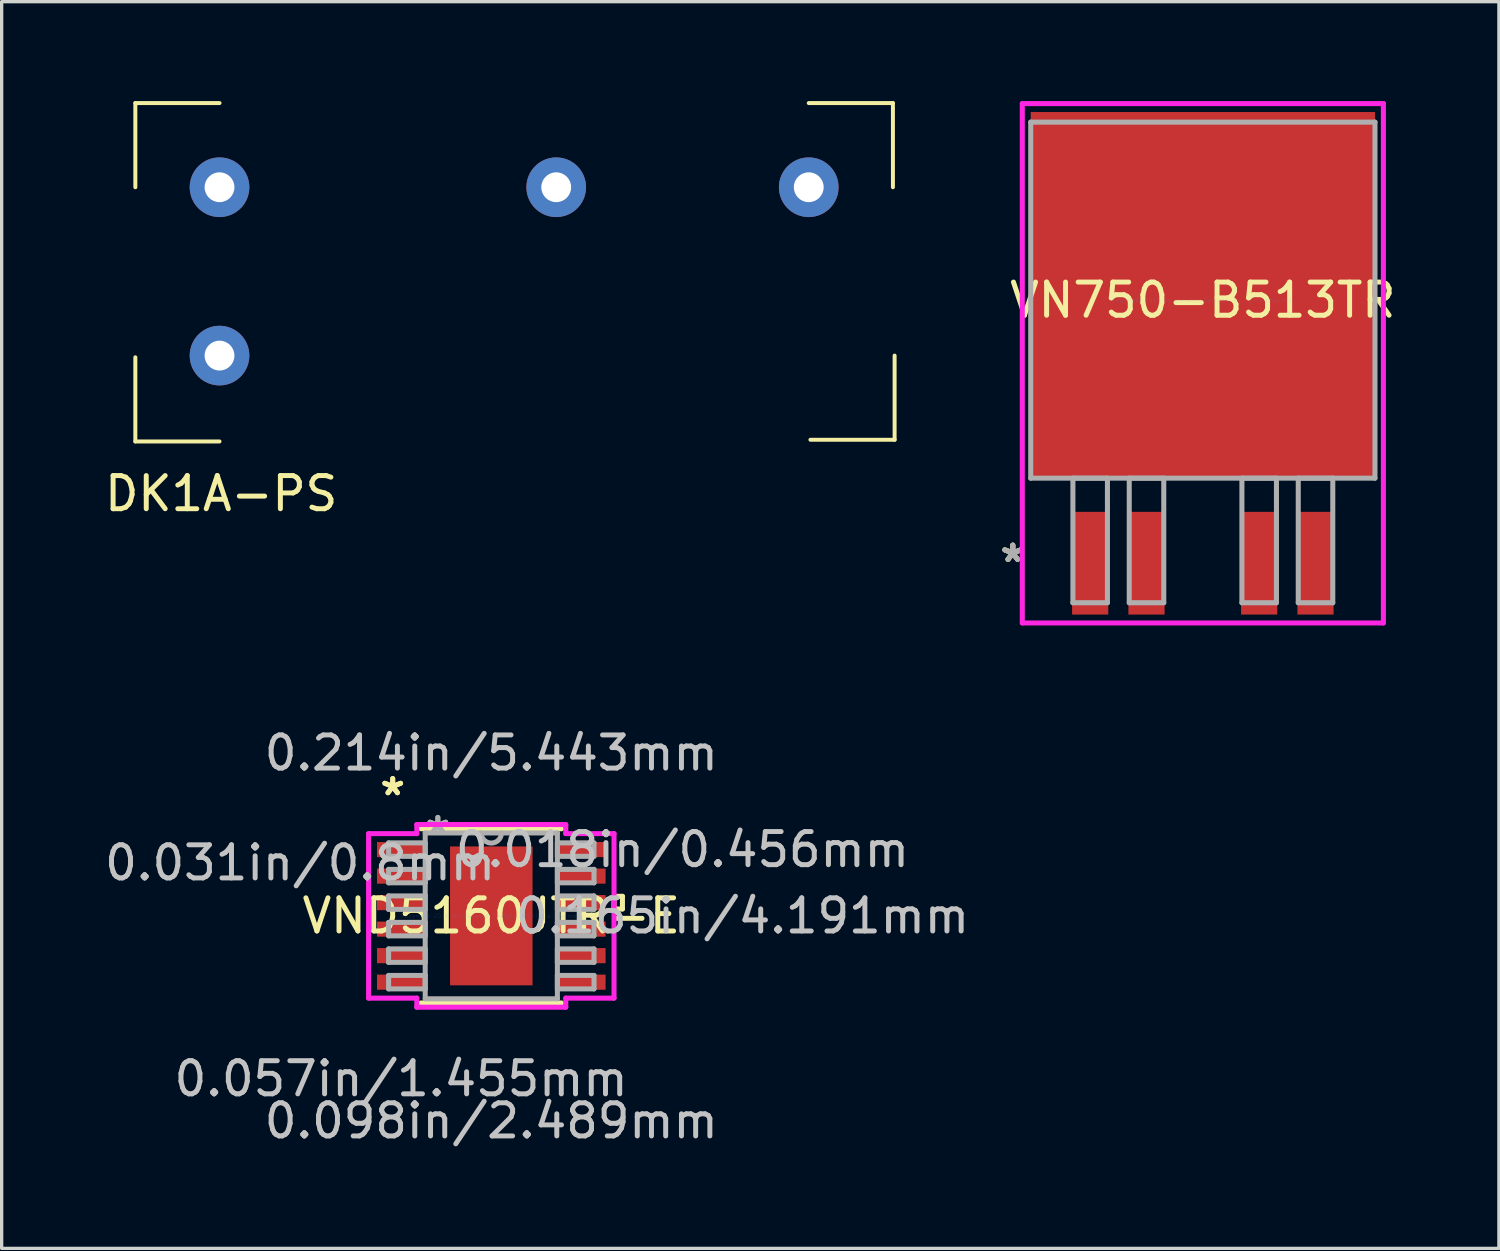
<source format=kicad_pcb>
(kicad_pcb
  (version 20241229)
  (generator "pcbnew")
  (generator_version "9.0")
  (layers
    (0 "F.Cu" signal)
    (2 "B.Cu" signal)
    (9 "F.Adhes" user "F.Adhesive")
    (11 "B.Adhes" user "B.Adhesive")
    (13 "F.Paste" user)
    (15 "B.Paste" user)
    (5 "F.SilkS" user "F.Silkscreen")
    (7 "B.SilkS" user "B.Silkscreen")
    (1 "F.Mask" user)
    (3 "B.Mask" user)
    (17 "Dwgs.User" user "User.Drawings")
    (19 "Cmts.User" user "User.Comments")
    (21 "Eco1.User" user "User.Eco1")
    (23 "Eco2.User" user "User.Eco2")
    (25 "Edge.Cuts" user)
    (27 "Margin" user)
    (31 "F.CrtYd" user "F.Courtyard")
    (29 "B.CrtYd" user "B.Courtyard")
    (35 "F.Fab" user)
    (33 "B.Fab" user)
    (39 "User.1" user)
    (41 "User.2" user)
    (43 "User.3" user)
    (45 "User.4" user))
  (footprint "VN750-B513TR"
    (layer "F.Cu")
    (at 33.246 6.007)
    (property "Reference" "VN750-B513TR" (at 0 0 0) (layer "F.SilkS") (effects (font (size 1 1) (thickness 0.15))))
    (attr through_hole)
    (fp_line (start -5.448 -5.931) (end 5.448 -5.931) (stroke (width 0.152) (type solid)) (layer "F.CrtYd"))
    (fp_line (start -5.448 9.741) (end -5.448 -5.931) (stroke (width 0.152) (type solid)) (layer "F.CrtYd"))
    (fp_line (start 5.448 -5.931) (end 5.448 9.741) (stroke (width 0.152) (type solid)) (layer "F.CrtYd"))
    (fp_line (start 5.448 9.741) (end -5.448 9.741) (stroke (width 0.152) (type solid)) (layer "F.CrtYd"))
    (fp_line (start -5.194 -5.372) (end -5.194 5.372) (stroke (width 0.152) (type solid)) (layer "F.Fab"))
    (fp_line (start -5.194 5.372) (end 5.194 5.372) (stroke (width 0.152) (type solid)) (layer "F.Fab"))
    (fp_line (start -3.921 5.372) (end -3.921 9.131) (stroke (width 0.152) (type solid)) (layer "F.Fab"))
    (fp_line (start -3.921 9.131) (end -2.879 9.131) (stroke (width 0.152) (type solid)) (layer "F.Fab"))
    (fp_line (start -2.879 5.372) (end -3.921 5.372) (stroke (width 0.152) (type solid)) (layer "F.Fab"))
    (fp_line (start -2.879 9.131) (end -2.879 5.372) (stroke (width 0.152) (type solid)) (layer "F.Fab"))
    (fp_line (start -2.221 5.372) (end -2.221 9.131) (stroke (width 0.152) (type solid)) (layer "F.Fab"))
    (fp_line (start -2.221 9.131) (end -1.179 9.131) (stroke (width 0.152) (type solid)) (layer "F.Fab"))
    (fp_line (start -1.179 5.372) (end -2.221 5.372) (stroke (width 0.152) (type solid)) (layer "F.Fab"))
    (fp_line (start -1.179 9.131) (end -1.179 5.372) (stroke (width 0.152) (type solid)) (layer "F.Fab"))
    (fp_line (start 1.179 5.372) (end 1.179 9.131) (stroke (width 0.152) (type solid)) (layer "F.Fab"))
    (fp_line (start 1.179 9.131) (end 2.221 9.131) (stroke (width 0.152) (type solid)) (layer "F.Fab"))
    (fp_line (start 2.221 5.372) (end 1.179 5.372) (stroke (width 0.152) (type solid)) (layer "F.Fab"))
    (fp_line (start 2.221 9.131) (end 2.221 5.372) (stroke (width 0.152) (type solid)) (layer "F.Fab"))
    (fp_line (start 2.879 5.372) (end 2.879 9.131) (stroke (width 0.152) (type solid)) (layer "F.Fab"))
    (fp_line (start 2.879 9.131) (end 3.921 9.131) (stroke (width 0.152) (type solid)) (layer "F.Fab"))
    (fp_line (start 3.921 5.372) (end 2.879 5.372) (stroke (width 0.152) (type solid)) (layer "F.Fab"))
    (fp_line (start 3.921 9.131) (end 3.921 5.372) (stroke (width 0.152) (type solid)) (layer "F.Fab"))
    (fp_line (start 5.194 -5.372) (end -5.194 -5.372) (stroke (width 0.152) (type solid)) (layer "F.Fab"))
    (fp_line (start 5.194 5.372) (end 5.194 -5.372) (stroke (width 0.152) (type solid)) (layer "F.Fab"))
    (fp_text user "*" (at -5.735 7.938 0) (layer "F.SilkS") (effects (font (size 1 1) (thickness 0.15))))
    (fp_text user "*" (at -5.735 7.938 0) (layer "F.SilkS") (effects (font (size 1 1) (thickness 0.15))))
    (fp_text user "Copyright 2016 Accelerated Designs. All rights reserved." (at 0 0 0) (layer "Cmts.User") (effects (font (size 0.127 0.127) (thickness 0.002))))
    (fp_text user "*" (at -5.735 7.938 0) (layer "F.Fab") (effects (font (size 1 1) (thickness 0.15))))
    (fp_text user "*" (at -5.735 7.938 0) (layer "F.Fab") (effects (font (size 1 1) (thickness 0.15))))
    (pad "1" smd rect (at -3.4 7.938) (size 1.092 3.099) (layers "F.Cu" "F.Mask" "F.Paste"))
    (pad "2" smd rect (at -1.7 7.938) (size 1.092 3.099) (layers "F.Cu" "F.Mask" "F.Paste"))
    (pad "3" smd rect (at 0 -0.152) (size 10.389 11.049) (layers "F.Cu" "F.Mask" "F.Paste"))
    (pad "4" smd rect (at 1.7 7.938) (size 1.092 3.099) (layers "F.Cu" "F.Mask" "F.Paste"))
    (pad "5" smd rect (at 3.4 7.938) (size 1.092 3.099) (layers "F.Cu" "F.Mask" "F.Paste")))
  (footprint "DK1A-PS"
    (layer "F.Cu")
    (at 3.574 2.6)
    (property "Reference" "DK1A-PS" (at 0.051 9.246 0) (layer "F.SilkS") (effects (font (size 1 1) (thickness 0.15))))
    (attr through_hole)
    (fp_line (start -2.54 -2.54) (end -2.54 0) (stroke (width 0.12) (type solid)) (layer "F.SilkS"))
    (fp_line (start -2.54 -2.54) (end 0 -2.54) (stroke (width 0.12) (type solid)) (layer "F.SilkS"))
    (fp_line (start -2.54 5.131) (end -2.54 7.671) (stroke (width 0.12) (type solid)) (layer "F.SilkS"))
    (fp_line (start -2.54 7.671) (end 0 7.671) (stroke (width 0.12) (type solid)) (layer "F.SilkS"))
    (fp_line (start 17.78 -2.54) (end 20.32 -2.54) (stroke (width 0.12) (type solid)) (layer "F.SilkS"))
    (fp_line (start 20.32 -2.54) (end 20.32 0) (stroke (width 0.12) (type solid)) (layer "F.SilkS"))
    (fp_line (start 20.371 5.08) (end 20.371 7.62) (stroke (width 0.12) (type solid)) (layer "F.SilkS"))
    (fp_line (start 20.371 7.62) (end 17.831 7.62) (stroke (width 0.12) (type solid)) (layer "F.SilkS"))
    (pad "1" thru_hole circle (at 0 0) (size 1.8 1.8) (drill 0.9) (layers "*.Cu" "*.Mask"))
    (pad "3" thru_hole circle (at 10.16 0) (size 1.8 1.8) (drill 0.9) (layers "*.Cu" "*.Mask"))
    (pad "4" thru_hole circle (at 17.78 0) (size 1.8 1.8) (drill 0.9) (layers "*.Cu" "*.Mask"))
    (pad "6" thru_hole circle (at 0 5.08) (size 1.8 1.8) (drill 0.9) (layers "*.Cu" "*.Mask")))
  (footprint "VND5160JTR-E"
    (layer "F.Cu")
    (at 11.775 24.587)
    (property "Reference" "VND5160JTR-E" (at 0 0 0) (layer "F.SilkS") (effects (font (size 1 1) (thickness 0.15))))
    (attr through_hole)
    (fp_line (start -2.121 2.629) (end 2.121 2.629) (stroke (width 0.152) (type solid)) (layer "F.SilkS"))
    (fp_line (start 2.121 -2.629) (end -2.121 -2.629) (stroke (width 0.152) (type solid)) (layer "F.SilkS"))
    (fp_line (start 3.703 -0.59) (end 3.957 -0.59) (stroke (width 0.152) (type solid)) (layer "F.SilkS"))
    (fp_line (start 3.703 -0.209) (end 3.703 -0.59) (stroke (width 0.152) (type solid)) (layer "F.SilkS"))
    (fp_line (start 3.957 -0.59) (end 3.957 -0.209) (stroke (width 0.152) (type solid)) (layer "F.SilkS"))
    (fp_line (start 3.957 -0.209) (end 3.703 -0.209) (stroke (width 0.152) (type solid)) (layer "F.SilkS"))
    (fp_line (start -1.145 -1.996) (end -1.145 -0.798) (stroke (width 0.152) (type solid)) (layer "F.Paste"))
    (fp_line (start -1.145 -0.798) (end 1.145 -0.798) (stroke (width 0.152) (type solid)) (layer "F.Paste"))
    (fp_line (start -1.145 -0.599) (end -1.145 0.599) (stroke (width 0.152) (type solid)) (layer "F.Paste"))
    (fp_line (start -1.145 0.599) (end 1.145 0.599) (stroke (width 0.152) (type solid)) (layer "F.Paste"))
    (fp_line (start -1.145 0.798) (end -1.145 1.996) (stroke (width 0.152) (type solid)) (layer "F.Paste"))
    (fp_line (start -1.145 1.996) (end 1.145 1.996) (stroke (width 0.152) (type solid)) (layer "F.Paste"))
    (fp_line (start 1.145 -1.996) (end -1.145 -1.996) (stroke (width 0.152) (type solid)) (layer "F.Paste"))
    (fp_line (start 1.145 -0.798) (end 1.145 -1.996) (stroke (width 0.152) (type solid)) (layer "F.Paste"))
    (fp_line (start 1.145 -0.599) (end -1.145 -0.599) (stroke (width 0.152) (type solid)) (layer "F.Paste"))
    (fp_line (start 1.145 0.599) (end 1.145 -0.599) (stroke (width 0.152) (type solid)) (layer "F.Paste"))
    (fp_line (start 1.145 0.798) (end -1.145 0.798) (stroke (width 0.152) (type solid)) (layer "F.Paste"))
    (fp_line (start 1.145 1.996) (end 1.145 0.798) (stroke (width 0.152) (type solid)) (layer "F.Paste"))
    (fp_line (start -3.703 -2.482) (end -2.248 -2.482) (stroke (width 0.152) (type solid)) (layer "F.CrtYd"))
    (fp_line (start -3.703 2.482) (end -3.703 -2.482) (stroke (width 0.152) (type solid)) (layer "F.CrtYd"))
    (fp_line (start -2.248 -2.756) (end 2.248 -2.756) (stroke (width 0.152) (type solid)) (layer "F.CrtYd"))
    (fp_line (start -2.248 -2.482) (end -2.248 -2.756) (stroke (width 0.152) (type solid)) (layer "F.CrtYd"))
    (fp_line (start -2.248 2.482) (end -3.703 2.482) (stroke (width 0.152) (type solid)) (layer "F.CrtYd"))
    (fp_line (start -2.248 2.756) (end -2.248 2.482) (stroke (width 0.152) (type solid)) (layer "F.CrtYd"))
    (fp_line (start 2.248 -2.756) (end 2.248 -2.482) (stroke (width 0.152) (type solid)) (layer "F.CrtYd"))
    (fp_line (start 2.248 -2.482) (end 3.703 -2.482) (stroke (width 0.152) (type solid)) (layer "F.CrtYd"))
    (fp_line (start 2.248 2.482) (end 2.248 2.756) (stroke (width 0.152) (type solid)) (layer "F.CrtYd"))
    (fp_line (start 2.248 2.756) (end -2.248 2.756) (stroke (width 0.152) (type solid)) (layer "F.CrtYd"))
    (fp_line (start 3.703 -2.482) (end 3.703 2.482) (stroke (width 0.152) (type solid)) (layer "F.CrtYd"))
    (fp_line (start 3.703 2.482) (end 2.248 2.482) (stroke (width 0.152) (type solid)) (layer "F.CrtYd"))
    (fp_line (start -3.099 -2.203) (end -3.099 -1.797) (stroke (width 0.152) (type solid)) (layer "F.Fab"))
    (fp_line (start -3.099 -1.797) (end -1.994 -1.797) (stroke (width 0.152) (type solid)) (layer "F.Fab"))
    (fp_line (start -3.099 -1.403) (end -3.099 -0.997) (stroke (width 0.152) (type solid)) (layer "F.Fab"))
    (fp_line (start -3.099 -0.997) (end -1.994 -0.997) (stroke (width 0.152) (type solid)) (layer "F.Fab"))
    (fp_line (start -3.099 -0.603) (end -3.099 -0.197) (stroke (width 0.152) (type solid)) (layer "F.Fab"))
    (fp_line (start -3.099 -0.197) (end -1.994 -0.197) (stroke (width 0.152) (type solid)) (layer "F.Fab"))
    (fp_line (start -3.099 0.197) (end -3.099 0.603) (stroke (width 0.152) (type solid)) (layer "F.Fab"))
    (fp_line (start -3.099 0.603) (end -1.994 0.603) (stroke (width 0.152) (type solid)) (layer "F.Fab"))
    (fp_line (start -3.099 0.997) (end -3.099 1.403) (stroke (width 0.152) (type solid)) (layer "F.Fab"))
    (fp_line (start -3.099 1.403) (end -1.994 1.403) (stroke (width 0.152) (type solid)) (layer "F.Fab"))
    (fp_line (start -3.099 1.797) (end -3.099 2.203) (stroke (width 0.152) (type solid)) (layer "F.Fab"))
    (fp_line (start -3.099 2.203) (end -1.994 2.203) (stroke (width 0.152) (type solid)) (layer "F.Fab"))
    (fp_line (start -1.994 -2.502) (end -1.994 2.502) (stroke (width 0.152) (type solid)) (layer "F.Fab"))
    (fp_line (start -1.994 -2.203) (end -3.099 -2.203) (stroke (width 0.152) (type solid)) (layer "F.Fab"))
    (fp_line (start -1.994 -1.797) (end -1.994 -2.203) (stroke (width 0.152) (type solid)) (layer "F.Fab"))
    (fp_line (start -1.994 -1.403) (end -3.099 -1.403) (stroke (width 0.152) (type solid)) (layer "F.Fab"))
    (fp_line (start -1.994 -0.997) (end -1.994 -1.403) (stroke (width 0.152) (type solid)) (layer "F.Fab"))
    (fp_line (start -1.994 -0.603) (end -3.099 -0.603) (stroke (width 0.152) (type solid)) (layer "F.Fab"))
    (fp_line (start -1.994 -0.197) (end -1.994 -0.603) (stroke (width 0.152) (type solid)) (layer "F.Fab"))
    (fp_line (start -1.994 0.197) (end -3.099 0.197) (stroke (width 0.152) (type solid)) (layer "F.Fab"))
    (fp_line (start -1.994 0.603) (end -1.994 0.197) (stroke (width 0.152) (type solid)) (layer "F.Fab"))
    (fp_line (start -1.994 0.997) (end -3.099 0.997) (stroke (width 0.152) (type solid)) (layer "F.Fab"))
    (fp_line (start -1.994 1.403) (end -1.994 0.997) (stroke (width 0.152) (type solid)) (layer "F.Fab"))
    (fp_line (start -1.994 1.797) (end -3.099 1.797) (stroke (width 0.152) (type solid)) (layer "F.Fab"))
    (fp_line (start -1.994 2.203) (end -1.994 1.797) (stroke (width 0.152) (type solid)) (layer "F.Fab"))
    (fp_line (start -1.994 2.502) (end 1.994 2.502) (stroke (width 0.152) (type solid)) (layer "F.Fab"))
    (fp_line (start 1.994 -2.502) (end -1.994 -2.502) (stroke (width 0.152) (type solid)) (layer "F.Fab"))
    (fp_line (start 1.994 -2.203) (end 1.994 -1.797) (stroke (width 0.152) (type solid)) (layer "F.Fab"))
    (fp_line (start 1.994 -1.797) (end 3.099 -1.797) (stroke (width 0.152) (type solid)) (layer "F.Fab"))
    (fp_line (start 1.994 -1.403) (end 1.994 -0.997) (stroke (width 0.152) (type solid)) (layer "F.Fab"))
    (fp_line (start 1.994 -0.997) (end 3.099 -0.997) (stroke (width 0.152) (type solid)) (layer "F.Fab"))
    (fp_line (start 1.994 -0.603) (end 1.994 -0.197) (stroke (width 0.152) (type solid)) (layer "F.Fab"))
    (fp_line (start 1.994 -0.197) (end 3.099 -0.197) (stroke (width 0.152) (type solid)) (layer "F.Fab"))
    (fp_line (start 1.994 0.197) (end 1.994 0.603) (stroke (width 0.152) (type solid)) (layer "F.Fab"))
    (fp_line (start 1.994 0.603) (end 3.099 0.603) (stroke (width 0.152) (type solid)) (layer "F.Fab"))
    (fp_line (start 1.994 0.997) (end 1.994 1.403) (stroke (width 0.152) (type solid)) (layer "F.Fab"))
    (fp_line (start 1.994 1.403) (end 3.099 1.403) (stroke (width 0.152) (type solid)) (layer "F.Fab"))
    (fp_line (start 1.994 1.797) (end 1.994 2.203) (stroke (width 0.152) (type solid)) (layer "F.Fab"))
    (fp_line (start 1.994 2.203) (end 3.099 2.203) (stroke (width 0.152) (type solid)) (layer "F.Fab"))
    (fp_line (start 1.994 2.502) (end 1.994 -2.502) (stroke (width 0.152) (type solid)) (layer "F.Fab"))
    (fp_line (start 3.099 -2.203) (end 1.994 -2.203) (stroke (width 0.152) (type solid)) (layer "F.Fab"))
    (fp_line (start 3.099 -1.797) (end 3.099 -2.203) (stroke (width 0.152) (type solid)) (layer "F.Fab"))
    (fp_line (start 3.099 -1.403) (end 1.994 -1.403) (stroke (width 0.152) (type solid)) (layer "F.Fab"))
    (fp_line (start 3.099 -0.997) (end 3.099 -1.403) (stroke (width 0.152) (type solid)) (layer "F.Fab"))
    (fp_line (start 3.099 -0.603) (end 1.994 -0.603) (stroke (width 0.152) (type solid)) (layer "F.Fab"))
    (fp_line (start 3.099 -0.197) (end 3.099 -0.603) (stroke (width 0.152) (type solid)) (layer "F.Fab"))
    (fp_line (start 3.099 0.197) (end 1.994 0.197) (stroke (width 0.152) (type solid)) (layer "F.Fab"))
    (fp_line (start 3.099 0.603) (end 3.099 0.197) (stroke (width 0.152) (type solid)) (layer "F.Fab"))
    (fp_line (start 3.099 0.997) (end 1.994 0.997) (stroke (width 0.152) (type solid)) (layer "F.Fab"))
    (fp_line (start 3.099 1.403) (end 3.099 0.997) (stroke (width 0.152) (type solid)) (layer "F.Fab"))
    (fp_line (start 3.099 1.797) (end 1.994 1.797) (stroke (width 0.152) (type solid)) (layer "F.Fab"))
    (fp_line (start 3.099 2.203) (end 3.099 1.797) (stroke (width 0.152) (type solid)) (layer "F.Fab"))
    (fp_arc (start 0.3048 -2.5019) (mid 0 -2.1971) (end -0.3048 -2.5019) (stroke (width 0.1524) (type solid)) (layer "F.Fab"))
    (fp_text user "*" (at -2.975 -3.599 0) (layer "F.SilkS") (effects (font (size 1 1) (thickness 0.15))))
    (fp_text user "*" (at -2.975 -3.599 0) (layer "F.SilkS") (effects (font (size 1 1) (thickness 0.15))))
    (fp_text user "0.165in/4.191mm" (at 7.582 0 0) (layer "Dwgs.User") (effects (font (size 1 1) (thickness 0.15))))
    (fp_text user "0.214in/5.443mm" (at 0 -4.915 0) (layer "Dwgs.User") (effects (font (size 1 1) (thickness 0.15))))
    (fp_text user "0.031in/0.8mm" (at -5.769 -1.6 0) (layer "Dwgs.User") (effects (font (size 1 1) (thickness 0.15))))
    (fp_text user "0.018in/0.456mm" (at 5.769 -2 0) (layer "Dwgs.User") (effects (font (size 1 1) (thickness 0.15))))
    (fp_text user "0.057in/1.455mm" (at -2.721 4.915 0) (layer "Dwgs.User") (effects (font (size 1 1) (thickness 0.15))))
    (fp_text user "0.098in/2.489mm" (at 0 6.185 0) (layer "Dwgs.User") (effects (font (size 1 1) (thickness 0.15))))
    (fp_text user "Copyright 2016 Accelerated Designs. All rights reserved." (at 0 0 0) (layer "Cmts.User") (effects (font (size 0.127 0.127) (thickness 0.002))))
    (fp_text user "*" (at -1.613 -2.426 0) (layer "F.Fab") (effects (font (size 1 1) (thickness 0.15))))
    (fp_text user "*" (at -1.613 -2.426 0) (layer "F.Fab") (effects (font (size 1 1) (thickness 0.15))))
    (pad "1" smd rect (at -2.721 -2) (size 1.455 0.456) (layers "F.Cu" "F.Mask" "F.Paste"))
    (pad "2" smd rect (at -2.721 -1.2) (size 1.455 0.456) (layers "F.Cu" "F.Mask" "F.Paste"))
    (pad "3" smd rect (at -2.721 -0.4) (size 1.455 0.456) (layers "F.Cu" "F.Mask" "F.Paste"))
    (pad "4" smd rect (at -2.721 0.4) (size 1.455 0.456) (layers "F.Cu" "F.Mask" "F.Paste"))
    (pad "5" smd rect (at -2.721 1.2) (size 1.455 0.456) (layers "F.Cu" "F.Mask" "F.Paste"))
    (pad "6" smd rect (at -2.721 2) (size 1.455 0.456) (layers "F.Cu" "F.Mask" "F.Paste"))
    (pad "7" smd rect (at 2.721 2) (size 1.455 0.456) (layers "F.Cu" "F.Mask" "F.Paste"))
    (pad "8" smd rect (at 2.721 1.2) (size 1.455 0.456) (layers "F.Cu" "F.Mask" "F.Paste"))
    (pad "9" smd rect (at 2.721 0.4) (size 1.455 0.456) (layers "F.Cu" "F.Mask" "F.Paste"))
    (pad "10" smd rect (at 2.721 -0.4) (size 1.455 0.456) (layers "F.Cu" "F.Mask" "F.Paste"))
    (pad "11" smd rect (at 2.721 -1.2) (size 1.455 0.456) (layers "F.Cu" "F.Mask" "F.Paste"))
    (pad "12" smd rect (at 2.721 -2) (size 1.455 0.456) (layers "F.Cu" "F.Mask" "F.Paste"))
    (pad "EPAD" smd rect (at 0 0) (size 2.489 4.191) (layers "F.Cu" "F.Mask" "F.Paste")))
  (gr_rect
    (start -3 -3)
    (end 42.18 34.62)
    (stroke (width 0.1) (type default))
    (fill no)
    (layer "Edge.Cuts")))
</source>
